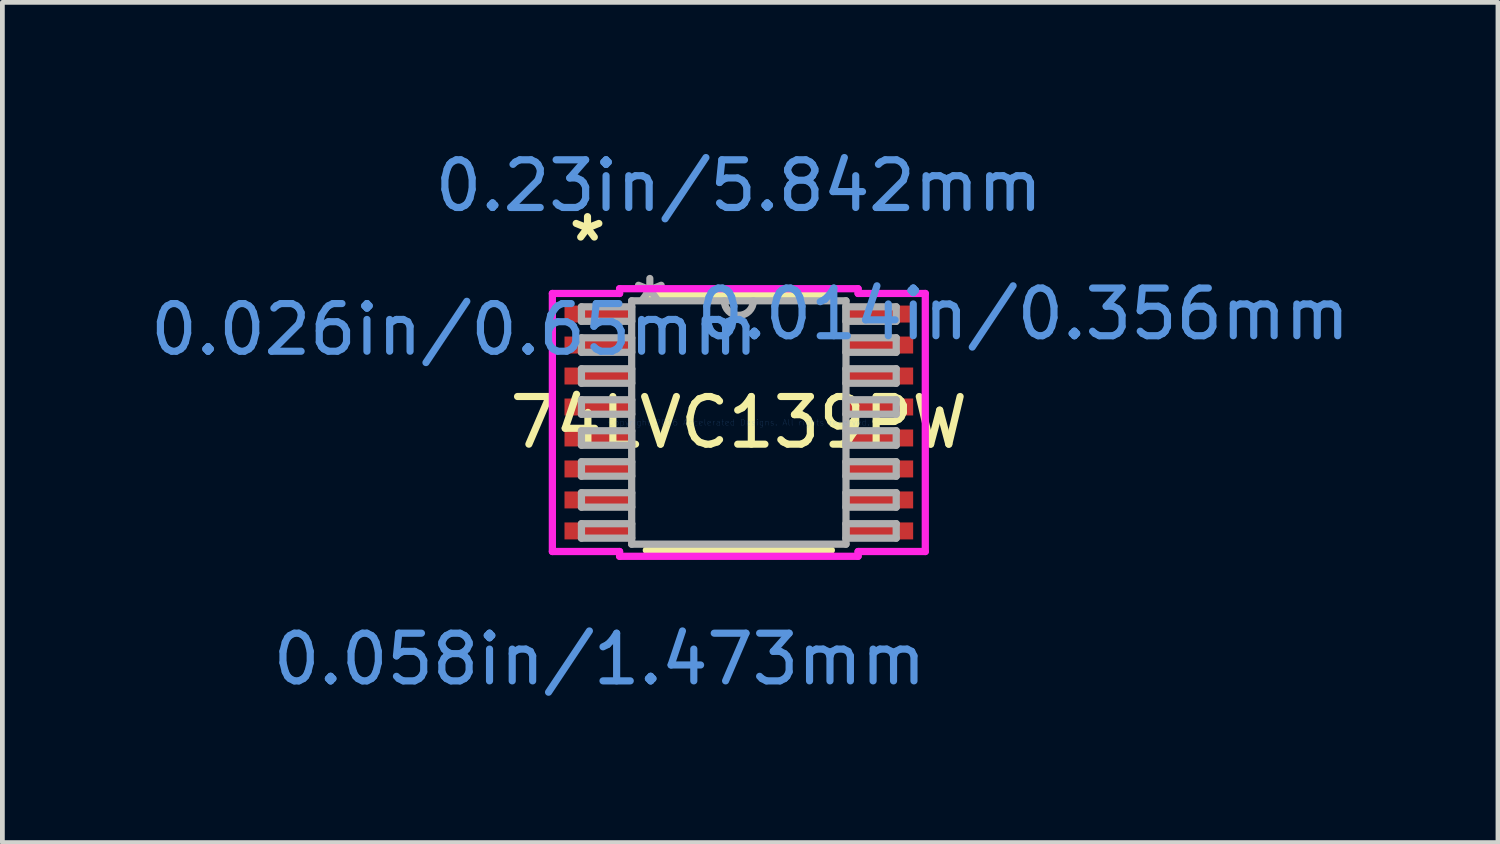
<source format=kicad_pcb>
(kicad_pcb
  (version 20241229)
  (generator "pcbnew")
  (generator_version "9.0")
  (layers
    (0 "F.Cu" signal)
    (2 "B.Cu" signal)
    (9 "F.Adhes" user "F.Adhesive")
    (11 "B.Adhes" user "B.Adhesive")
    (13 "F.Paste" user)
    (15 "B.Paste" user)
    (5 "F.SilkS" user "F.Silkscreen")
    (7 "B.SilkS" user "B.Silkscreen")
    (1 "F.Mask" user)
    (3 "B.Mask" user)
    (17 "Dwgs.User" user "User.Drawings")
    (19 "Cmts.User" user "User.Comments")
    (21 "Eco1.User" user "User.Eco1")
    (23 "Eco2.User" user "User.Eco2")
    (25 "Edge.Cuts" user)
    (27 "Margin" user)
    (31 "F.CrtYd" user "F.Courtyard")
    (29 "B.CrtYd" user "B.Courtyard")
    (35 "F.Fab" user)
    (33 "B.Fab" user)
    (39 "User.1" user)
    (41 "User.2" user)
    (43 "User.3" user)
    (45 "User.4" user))
  (footprint "74LVC139PW"
    (layer "F.Cu")
    (at 12.451 5.814)
    (property "Reference" "74LVC139PW" (at 0 0 0) (layer "F.SilkS") (effects (font (size 1 1) (thickness 0.15))))
    (attr through_hole)
    (fp_line (start -1.941 2.68) (end 1.941 2.68) (stroke (width 0.152) (type solid)) (layer "F.SilkS"))
    (fp_line (start 1.941 -2.68) (end -1.941 -2.68) (stroke (width 0.152) (type solid)) (layer "F.SilkS"))
    (fp_line (start -3.912 -2.707) (end -2.502 -2.707) (stroke (width 0.152) (type solid)) (layer "F.CrtYd"))
    (fp_line (start -3.912 2.707) (end -3.912 -2.707) (stroke (width 0.152) (type solid)) (layer "F.CrtYd"))
    (fp_line (start -3.912 2.707) (end -2.502 2.707) (stroke (width 0.152) (type solid)) (layer "F.CrtYd"))
    (fp_line (start -2.502 -2.807) (end 2.502 -2.807) (stroke (width 0.152) (type solid)) (layer "F.CrtYd"))
    (fp_line (start -2.502 -2.707) (end -2.502 -2.807) (stroke (width 0.152) (type solid)) (layer "F.CrtYd"))
    (fp_line (start -2.502 2.807) (end -2.502 2.707) (stroke (width 0.152) (type solid)) (layer "F.CrtYd"))
    (fp_line (start 2.502 -2.807) (end 2.502 -2.707) (stroke (width 0.152) (type solid)) (layer "F.CrtYd"))
    (fp_line (start 2.502 2.707) (end 2.502 2.807) (stroke (width 0.152) (type solid)) (layer "F.CrtYd"))
    (fp_line (start 2.502 2.807) (end -2.502 2.807) (stroke (width 0.152) (type solid)) (layer "F.CrtYd"))
    (fp_line (start 3.912 -2.707) (end 2.502 -2.707) (stroke (width 0.152) (type solid)) (layer "F.CrtYd"))
    (fp_line (start 3.912 -2.707) (end 3.912 2.707) (stroke (width 0.152) (type solid)) (layer "F.CrtYd"))
    (fp_line (start 3.912 2.707) (end 2.502 2.707) (stroke (width 0.152) (type solid)) (layer "F.CrtYd"))
    (fp_line (start -3.302 -2.427) (end -3.302 -2.123) (stroke (width 0.152) (type solid)) (layer "F.Fab"))
    (fp_line (start -3.302 -2.123) (end -2.248 -2.123) (stroke (width 0.152) (type solid)) (layer "F.Fab"))
    (fp_line (start -3.302 -1.777) (end -3.302 -1.473) (stroke (width 0.152) (type solid)) (layer "F.Fab"))
    (fp_line (start -3.302 -1.473) (end -2.248 -1.473) (stroke (width 0.152) (type solid)) (layer "F.Fab"))
    (fp_line (start -3.302 -1.127) (end -3.302 -0.823) (stroke (width 0.152) (type solid)) (layer "F.Fab"))
    (fp_line (start -3.302 -0.823) (end -2.248 -0.823) (stroke (width 0.152) (type solid)) (layer "F.Fab"))
    (fp_line (start -3.302 -0.477) (end -3.302 -0.173) (stroke (width 0.152) (type solid)) (layer "F.Fab"))
    (fp_line (start -3.302 -0.173) (end -2.248 -0.173) (stroke (width 0.152) (type solid)) (layer "F.Fab"))
    (fp_line (start -3.302 0.173) (end -3.302 0.477) (stroke (width 0.152) (type solid)) (layer "F.Fab"))
    (fp_line (start -3.302 0.477) (end -2.248 0.477) (stroke (width 0.152) (type solid)) (layer "F.Fab"))
    (fp_line (start -3.302 0.823) (end -3.302 1.127) (stroke (width 0.152) (type solid)) (layer "F.Fab"))
    (fp_line (start -3.302 1.127) (end -2.248 1.127) (stroke (width 0.152) (type solid)) (layer "F.Fab"))
    (fp_line (start -3.302 1.473) (end -3.302 1.777) (stroke (width 0.152) (type solid)) (layer "F.Fab"))
    (fp_line (start -3.302 1.777) (end -2.248 1.777) (stroke (width 0.152) (type solid)) (layer "F.Fab"))
    (fp_line (start -3.302 2.123) (end -3.302 2.427) (stroke (width 0.152) (type solid)) (layer "F.Fab"))
    (fp_line (start -3.302 2.427) (end -2.248 2.427) (stroke (width 0.152) (type solid)) (layer "F.Fab"))
    (fp_line (start -2.248 -2.553) (end -2.248 2.553) (stroke (width 0.152) (type solid)) (layer "F.Fab"))
    (fp_line (start -2.248 -2.427) (end -3.302 -2.427) (stroke (width 0.152) (type solid)) (layer "F.Fab"))
    (fp_line (start -2.248 -2.123) (end -2.248 -2.427) (stroke (width 0.152) (type solid)) (layer "F.Fab"))
    (fp_line (start -2.248 -1.777) (end -3.302 -1.777) (stroke (width 0.152) (type solid)) (layer "F.Fab"))
    (fp_line (start -2.248 -1.473) (end -2.248 -1.777) (stroke (width 0.152) (type solid)) (layer "F.Fab"))
    (fp_line (start -2.248 -1.127) (end -3.302 -1.127) (stroke (width 0.152) (type solid)) (layer "F.Fab"))
    (fp_line (start -2.248 -0.823) (end -2.248 -1.127) (stroke (width 0.152) (type solid)) (layer "F.Fab"))
    (fp_line (start -2.248 -0.477) (end -3.302 -0.477) (stroke (width 0.152) (type solid)) (layer "F.Fab"))
    (fp_line (start -2.248 -0.173) (end -2.248 -0.477) (stroke (width 0.152) (type solid)) (layer "F.Fab"))
    (fp_line (start -2.248 0.173) (end -3.302 0.173) (stroke (width 0.152) (type solid)) (layer "F.Fab"))
    (fp_line (start -2.248 0.477) (end -2.248 0.173) (stroke (width 0.152) (type solid)) (layer "F.Fab"))
    (fp_line (start -2.248 0.823) (end -3.302 0.823) (stroke (width 0.152) (type solid)) (layer "F.Fab"))
    (fp_line (start -2.248 1.127) (end -2.248 0.823) (stroke (width 0.152) (type solid)) (layer "F.Fab"))
    (fp_line (start -2.248 1.473) (end -3.302 1.473) (stroke (width 0.152) (type solid)) (layer "F.Fab"))
    (fp_line (start -2.248 1.777) (end -2.248 1.473) (stroke (width 0.152) (type solid)) (layer "F.Fab"))
    (fp_line (start -2.248 2.123) (end -3.302 2.123) (stroke (width 0.152) (type solid)) (layer "F.Fab"))
    (fp_line (start -2.248 2.427) (end -2.248 2.123) (stroke (width 0.152) (type solid)) (layer "F.Fab"))
    (fp_line (start -2.248 2.553) (end 2.248 2.553) (stroke (width 0.152) (type solid)) (layer "F.Fab"))
    (fp_line (start 2.248 -2.553) (end -2.248 -2.553) (stroke (width 0.152) (type solid)) (layer "F.Fab"))
    (fp_line (start 2.248 -2.427) (end 2.248 -2.123) (stroke (width 0.152) (type solid)) (layer "F.Fab"))
    (fp_line (start 2.248 -2.123) (end 3.302 -2.123) (stroke (width 0.152) (type solid)) (layer "F.Fab"))
    (fp_line (start 2.248 -1.777) (end 2.248 -1.473) (stroke (width 0.152) (type solid)) (layer "F.Fab"))
    (fp_line (start 2.248 -1.473) (end 3.302 -1.473) (stroke (width 0.152) (type solid)) (layer "F.Fab"))
    (fp_line (start 2.248 -1.127) (end 2.248 -0.823) (stroke (width 0.152) (type solid)) (layer "F.Fab"))
    (fp_line (start 2.248 -0.823) (end 3.302 -0.823) (stroke (width 0.152) (type solid)) (layer "F.Fab"))
    (fp_line (start 2.248 -0.477) (end 2.248 -0.173) (stroke (width 0.152) (type solid)) (layer "F.Fab"))
    (fp_line (start 2.248 -0.173) (end 3.302 -0.173) (stroke (width 0.152) (type solid)) (layer "F.Fab"))
    (fp_line (start 2.248 0.173) (end 2.248 0.477) (stroke (width 0.152) (type solid)) (layer "F.Fab"))
    (fp_line (start 2.248 0.477) (end 3.302 0.477) (stroke (width 0.152) (type solid)) (layer "F.Fab"))
    (fp_line (start 2.248 0.823) (end 2.248 1.127) (stroke (width 0.152) (type solid)) (layer "F.Fab"))
    (fp_line (start 2.248 1.127) (end 3.302 1.127) (stroke (width 0.152) (type solid)) (layer "F.Fab"))
    (fp_line (start 2.248 1.473) (end 2.248 1.777) (stroke (width 0.152) (type solid)) (layer "F.Fab"))
    (fp_line (start 2.248 1.777) (end 3.302 1.777) (stroke (width 0.152) (type solid)) (layer "F.Fab"))
    (fp_line (start 2.248 2.123) (end 2.248 2.427) (stroke (width 0.152) (type solid)) (layer "F.Fab"))
    (fp_line (start 2.248 2.427) (end 3.302 2.427) (stroke (width 0.152) (type solid)) (layer "F.Fab"))
    (fp_line (start 2.248 2.553) (end 2.248 -2.553) (stroke (width 0.152) (type solid)) (layer "F.Fab"))
    (fp_line (start 3.302 -2.427) (end 2.248 -2.427) (stroke (width 0.152) (type solid)) (layer "F.Fab"))
    (fp_line (start 3.302 -2.123) (end 3.302 -2.427) (stroke (width 0.152) (type solid)) (layer "F.Fab"))
    (fp_line (start 3.302 -1.777) (end 2.248 -1.777) (stroke (width 0.152) (type solid)) (layer "F.Fab"))
    (fp_line (start 3.302 -1.473) (end 3.302 -1.777) (stroke (width 0.152) (type solid)) (layer "F.Fab"))
    (fp_line (start 3.302 -1.127) (end 2.248 -1.127) (stroke (width 0.152) (type solid)) (layer "F.Fab"))
    (fp_line (start 3.302 -0.823) (end 3.302 -1.127) (stroke (width 0.152) (type solid)) (layer "F.Fab"))
    (fp_line (start 3.302 -0.477) (end 2.248 -0.477) (stroke (width 0.152) (type solid)) (layer "F.Fab"))
    (fp_line (start 3.302 -0.173) (end 3.302 -0.477) (stroke (width 0.152) (type solid)) (layer "F.Fab"))
    (fp_line (start 3.302 0.173) (end 2.248 0.173) (stroke (width 0.152) (type solid)) (layer "F.Fab"))
    (fp_line (start 3.302 0.477) (end 3.302 0.173) (stroke (width 0.152) (type solid)) (layer "F.Fab"))
    (fp_line (start 3.302 0.823) (end 2.248 0.823) (stroke (width 0.152) (type solid)) (layer "F.Fab"))
    (fp_line (start 3.302 1.127) (end 3.302 0.823) (stroke (width 0.152) (type solid)) (layer "F.Fab"))
    (fp_line (start 3.302 1.473) (end 2.248 1.473) (stroke (width 0.152) (type solid)) (layer "F.Fab"))
    (fp_line (start 3.302 1.777) (end 3.302 1.473) (stroke (width 0.152) (type solid)) (layer "F.Fab"))
    (fp_line (start 3.302 2.123) (end 2.248 2.123) (stroke (width 0.152) (type solid)) (layer "F.Fab"))
    (fp_line (start 3.302 2.427) (end 3.302 2.123) (stroke (width 0.152) (type solid)) (layer "F.Fab"))
    (fp_arc (start 0.3048 -2.5527) (mid 0 -2.2479) (end -0.3048 -2.5527) (stroke (width 0.1524) (type solid)) (layer "F.Fab"))
    (fp_text user "*" (at -3.175 -3.774 0) (layer "F.SilkS") (effects (font (size 1 1) (thickness 0.15))))
    (fp_text user "0.058in/1.473mm" (at -2.921 4.966 0) (layer "Cmts.User") (effects (font (size 1 1) (thickness 0.15))))
    (fp_text user "0.014in/0.356mm" (at 5.969 -2.275 0) (layer "Cmts.User") (effects (font (size 1 1) (thickness 0.15))))
    (fp_text user "0.026in/0.65mm" (at -5.969 -1.95 0) (layer "Cmts.User") (effects (font (size 1 1) (thickness 0.15))))
    (fp_text user "0.23in/5.842mm" (at 0 -4.966 0) (layer "Cmts.User") (effects (font (size 1 1) (thickness 0.15))))
    (fp_text user "Copyright 2016 Accelerated Designs. All rights reserved." (at 0 0 0) (layer "Cmts.User") (effects (font (size 0.127 0.127) (thickness 0.002))))
    (fp_text user "*" (at -1.867 -2.477 0) (layer "F.Fab") (effects (font (size 1 1) (thickness 0.15))))
    (pad "1" smd rect (at -2.921 -2.275) (size 1.473 0.356) (layers "F.Cu" "F.Mask" "F.Paste"))
    (pad "2" smd rect (at -2.921 -1.625) (size 1.473 0.356) (layers "F.Cu" "F.Mask" "F.Paste"))
    (pad "3" smd rect (at -2.921 -0.975) (size 1.473 0.356) (layers "F.Cu" "F.Mask" "F.Paste"))
    (pad "4" smd rect (at -2.921 -0.325) (size 1.473 0.356) (layers "F.Cu" "F.Mask" "F.Paste"))
    (pad "5" smd rect (at -2.921 0.325) (size 1.473 0.356) (layers "F.Cu" "F.Mask" "F.Paste"))
    (pad "6" smd rect (at -2.921 0.975) (size 1.473 0.356) (layers "F.Cu" "F.Mask" "F.Paste"))
    (pad "7" smd rect (at -2.921 1.625) (size 1.473 0.356) (layers "F.Cu" "F.Mask" "F.Paste"))
    (pad "8" smd rect (at -2.921 2.275) (size 1.473 0.356) (layers "F.Cu" "F.Mask" "F.Paste"))
    (pad "9" smd rect (at 2.921 2.275) (size 1.473 0.356) (layers "F.Cu" "F.Mask" "F.Paste"))
    (pad "10" smd rect (at 2.921 1.625) (size 1.473 0.356) (layers "F.Cu" "F.Mask" "F.Paste"))
    (pad "11" smd rect (at 2.921 0.975) (size 1.473 0.356) (layers "F.Cu" "F.Mask" "F.Paste"))
    (pad "12" smd rect (at 2.921 0.325) (size 1.473 0.356) (layers "F.Cu" "F.Mask" "F.Paste"))
    (pad "13" smd rect (at 2.921 -0.325) (size 1.473 0.356) (layers "F.Cu" "F.Mask" "F.Paste"))
    (pad "14" smd rect (at 2.921 -0.975) (size 1.473 0.356) (layers "F.Cu" "F.Mask" "F.Paste"))
    (pad "15" smd rect (at 2.921 -1.625) (size 1.473 0.356) (layers "F.Cu" "F.Mask" "F.Paste"))
    (pad "16" smd rect (at 2.921 -2.275) (size 1.473 0.356) (layers "F.Cu" "F.Mask" "F.Paste")))
  (gr_rect
    (start -3 -3)
    (end 28.378 14.628)
    (stroke (width 0.1) (type default))
    (fill no)
    (layer "Edge.Cuts")))
</source>
